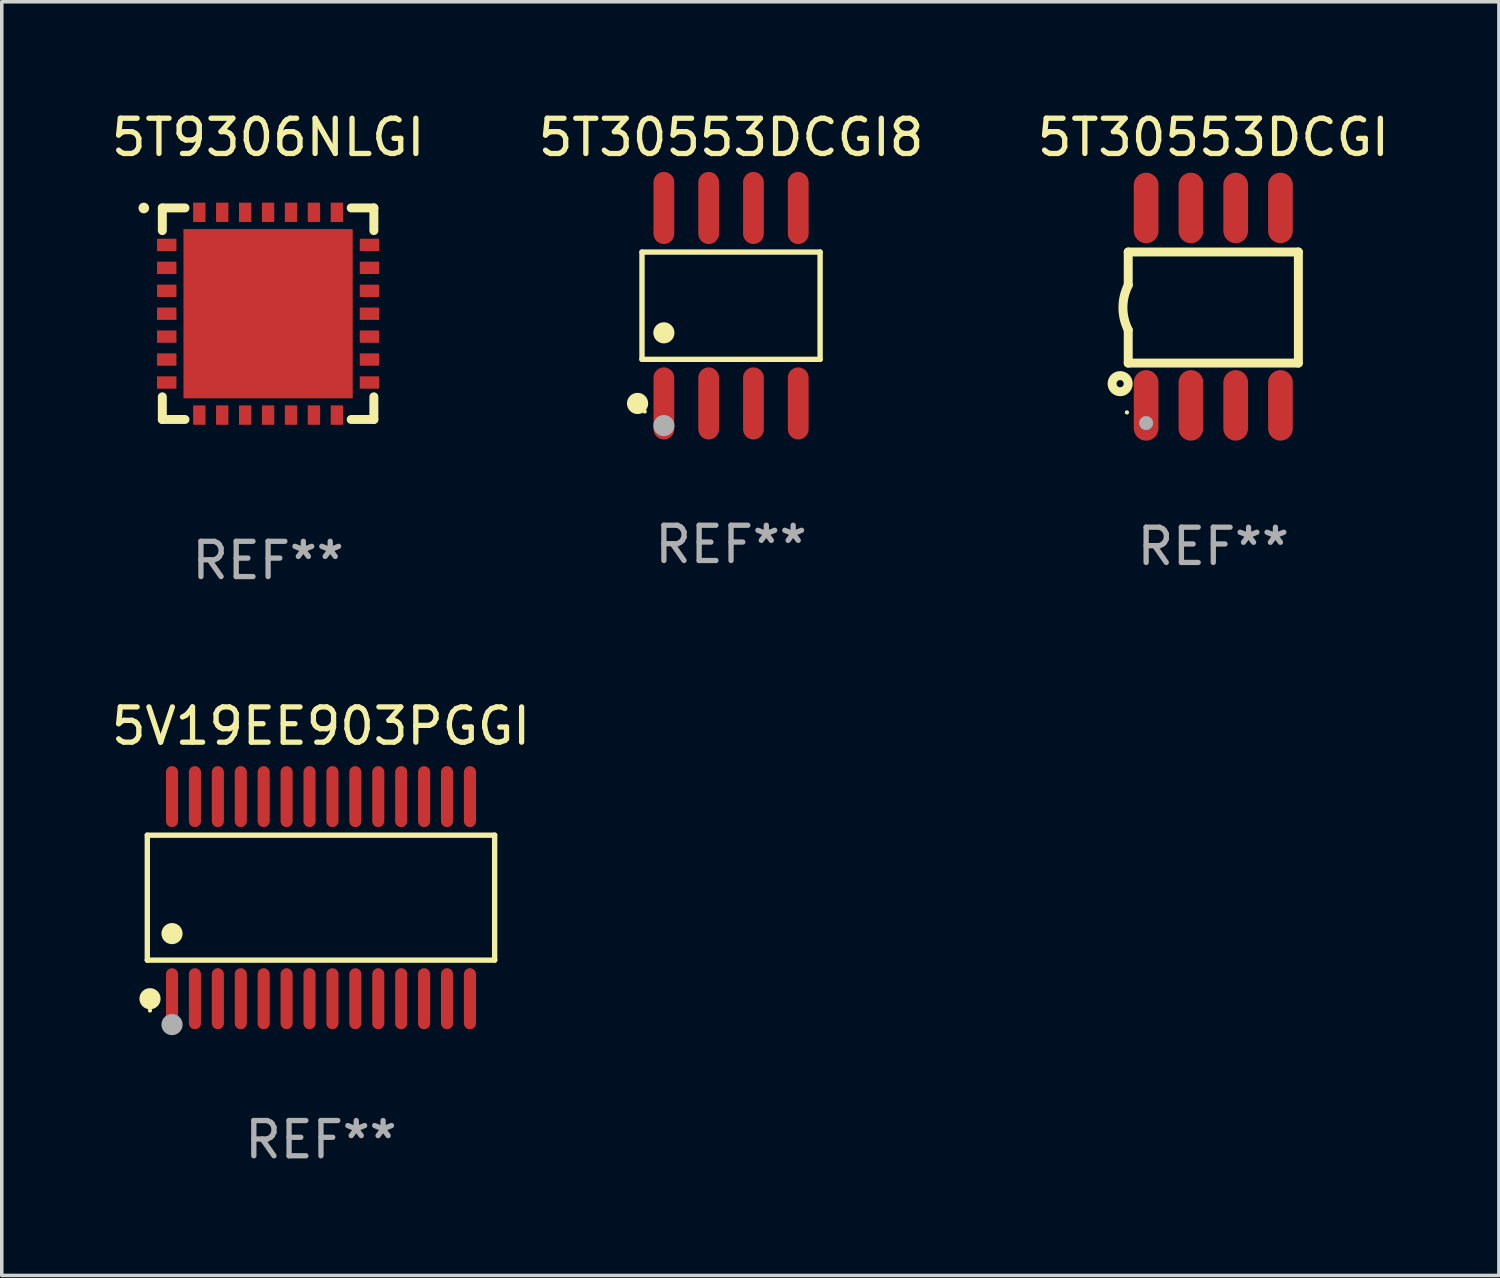
<source format=kicad_pcb>
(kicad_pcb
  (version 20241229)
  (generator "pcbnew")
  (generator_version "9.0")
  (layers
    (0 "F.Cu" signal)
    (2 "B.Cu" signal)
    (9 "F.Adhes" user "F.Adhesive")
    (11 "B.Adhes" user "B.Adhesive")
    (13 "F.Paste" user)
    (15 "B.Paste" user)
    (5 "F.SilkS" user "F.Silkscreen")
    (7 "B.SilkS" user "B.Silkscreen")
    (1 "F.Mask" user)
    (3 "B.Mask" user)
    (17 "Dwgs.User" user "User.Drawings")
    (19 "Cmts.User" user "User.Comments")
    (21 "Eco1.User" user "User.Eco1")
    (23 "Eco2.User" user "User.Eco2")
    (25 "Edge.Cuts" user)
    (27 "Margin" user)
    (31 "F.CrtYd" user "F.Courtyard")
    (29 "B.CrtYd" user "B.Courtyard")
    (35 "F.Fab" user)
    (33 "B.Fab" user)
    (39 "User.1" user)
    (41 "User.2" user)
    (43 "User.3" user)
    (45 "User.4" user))
  (footprint "5T30553DCGI8"
    (layer "F.Cu")
    (at 17.685 5.621)
    (property "Reference" "5T30553DCGI8" (at 0 -4.772 0) (layer "F.SilkS") (effects (font (size 1 1) (thickness 0.15))))
    (attr through_hole)
    (fp_line (start -2.526 -1.521) (end 2.526 -1.521) (stroke (width 0.152) (type solid)) (layer "F.SilkS"))
    (fp_line (start -2.526 1.521) (end -2.526 -1.521) (stroke (width 0.152) (type solid)) (layer "F.SilkS"))
    (fp_line (start 2.526 -1.521) (end 2.526 1.521) (stroke (width 0.152) (type solid)) (layer "F.SilkS"))
    (fp_line (start 2.526 1.521) (end -2.526 1.521) (stroke (width 0.152) (type solid)) (layer "F.SilkS"))
    (fp_circle (center -2.652 2.772) (end -2.501 2.772) (stroke (width 0.3) (type solid)) (fill no) (layer "F.SilkS"))
    (fp_circle (center -2.45 3) (end -2.42 3) (stroke (width 0.06) (type solid)) (fill no) (layer "F.SilkS"))
    (fp_circle (center -1.905 0.769) (end -1.755 0.769) (stroke (width 0.3) (type solid)) (fill no) (layer "F.SilkS"))
    (fp_circle (center -1.905 3.4) (end -1.755 3.4) (stroke (width 0.3) (type solid)) (fill no) (layer "F.Fab"))
    (fp_text user "REF**" (at 0 6.772 0) (layer "F.Fab") (effects (font (size 1 1) (thickness 0.15))))
    (pad "1" smd oval (at -1.905 2.772) (size 0.588 2.045) (layers "F.Cu" "F.Mask" "F.Paste"))
    (pad "2" smd oval (at -0.635 2.772) (size 0.588 2.045) (layers "F.Cu" "F.Mask" "F.Paste"))
    (pad "3" smd oval (at 0.635 2.772) (size 0.588 2.045) (layers "F.Cu" "F.Mask" "F.Paste"))
    (pad "4" smd oval (at 1.905 2.772) (size 0.588 2.045) (layers "F.Cu" "F.Mask" "F.Paste"))
    (pad "5" smd oval (at 1.905 -2.772) (size 0.588 2.045) (layers "F.Cu" "F.Mask" "F.Paste"))
    (pad "6" smd oval (at 0.635 -2.772) (size 0.588 2.045) (layers "F.Cu" "F.Mask" "F.Paste"))
    (pad "7" smd oval (at -0.635 -2.772) (size 0.588 2.045) (layers "F.Cu" "F.Mask" "F.Paste"))
    (pad "8" smd oval (at -1.905 -2.772) (size 0.588 2.045) (layers "F.Cu" "F.Mask" "F.Paste")))
  (footprint "5V19EE903PGGI"
    (layer "F.Cu")
    (at 6.054 22.411)
    (property "Reference" "5V19EE903PGGI" (at 0 -4.866 0) (layer "F.SilkS") (effects (font (size 1 1) (thickness 0.15))))
    (attr through_hole)
    (fp_line (start -4.926 -1.772) (end 4.926 -1.772) (stroke (width 0.152) (type solid)) (layer "F.SilkS"))
    (fp_line (start -4.926 1.771) (end -4.926 -1.772) (stroke (width 0.152) (type solid)) (layer "F.SilkS"))
    (fp_line (start 4.926 -1.772) (end 4.926 1.771) (stroke (width 0.152) (type solid)) (layer "F.SilkS"))
    (fp_line (start 4.926 1.771) (end -4.926 1.771) (stroke (width 0.152) (type solid)) (layer "F.SilkS"))
    (fp_circle (center -4.85 3.2) (end -4.82 3.2) (stroke (width 0.06) (type solid)) (fill no) (layer "F.SilkS"))
    (fp_circle (center -4.849 2.866) (end -4.699 2.866) (stroke (width 0.3) (type solid)) (fill no) (layer "F.SilkS"))
    (fp_circle (center -4.225 1.019) (end -4.075 1.019) (stroke (width 0.3) (type solid)) (fill no) (layer "F.SilkS"))
    (fp_circle (center -4.225 3.6) (end -4.075 3.6) (stroke (width 0.3) (type solid)) (fill no) (layer "F.Fab"))
    (fp_text user "REF**" (at 0 6.866 0) (layer "F.Fab") (effects (font (size 1 1) (thickness 0.15))))
    (pad "1" smd oval (at -4.225 2.866) (size 0.343 1.731) (layers "F.Cu" "F.Mask" "F.Paste"))
    (pad "2" smd oval (at -3.575 2.866) (size 0.343 1.731) (layers "F.Cu" "F.Mask" "F.Paste"))
    (pad "3" smd oval (at -2.925 2.866) (size 0.343 1.731) (layers "F.Cu" "F.Mask" "F.Paste"))
    (pad "4" smd oval (at -2.275 2.866) (size 0.343 1.731) (layers "F.Cu" "F.Mask" "F.Paste"))
    (pad "5" smd oval (at -1.625 2.866) (size 0.343 1.731) (layers "F.Cu" "F.Mask" "F.Paste"))
    (pad "6" smd oval (at -0.975 2.866) (size 0.343 1.731) (layers "F.Cu" "F.Mask" "F.Paste"))
    (pad "7" smd oval (at -0.325 2.866) (size 0.343 1.731) (layers "F.Cu" "F.Mask" "F.Paste"))
    (pad "8" smd oval (at 0.325 2.866) (size 0.343 1.731) (layers "F.Cu" "F.Mask" "F.Paste"))
    (pad "9" smd oval (at 0.975 2.866) (size 0.343 1.731) (layers "F.Cu" "F.Mask" "F.Paste"))
    (pad "10" smd oval (at 1.625 2.866) (size 0.343 1.731) (layers "F.Cu" "F.Mask" "F.Paste"))
    (pad "11" smd oval (at 2.275 2.866) (size 0.343 1.731) (layers "F.Cu" "F.Mask" "F.Paste"))
    (pad "12" smd oval (at 2.925 2.866) (size 0.343 1.731) (layers "F.Cu" "F.Mask" "F.Paste"))
    (pad "13" smd oval (at 3.575 2.866) (size 0.343 1.731) (layers "F.Cu" "F.Mask" "F.Paste"))
    (pad "14" smd oval (at 4.225 2.866) (size 0.343 1.731) (layers "F.Cu" "F.Mask" "F.Paste"))
    (pad "15" smd oval (at 4.225 -2.866) (size 0.343 1.731) (layers "F.Cu" "F.Mask" "F.Paste"))
    (pad "16" smd oval (at 3.575 -2.866) (size 0.343 1.731) (layers "F.Cu" "F.Mask" "F.Paste"))
    (pad "17" smd oval (at 2.925 -2.866) (size 0.343 1.731) (layers "F.Cu" "F.Mask" "F.Paste"))
    (pad "18" smd oval (at 2.275 -2.866) (size 0.343 1.731) (layers "F.Cu" "F.Mask" "F.Paste"))
    (pad "19" smd oval (at 1.625 -2.866) (size 0.343 1.731) (layers "F.Cu" "F.Mask" "F.Paste"))
    (pad "20" smd oval (at 0.975 -2.866) (size 0.343 1.731) (layers "F.Cu" "F.Mask" "F.Paste"))
    (pad "21" smd oval (at 0.325 -2.866) (size 0.343 1.731) (layers "F.Cu" "F.Mask" "F.Paste"))
    (pad "22" smd oval (at -0.325 -2.866) (size 0.343 1.731) (layers "F.Cu" "F.Mask" "F.Paste"))
    (pad "23" smd oval (at -0.975 -2.866) (size 0.343 1.731) (layers "F.Cu" "F.Mask" "F.Paste"))
    (pad "24" smd oval (at -1.625 -2.866) (size 0.343 1.731) (layers "F.Cu" "F.Mask" "F.Paste"))
    (pad "25" smd oval (at -2.275 -2.866) (size 0.343 1.731) (layers "F.Cu" "F.Mask" "F.Paste"))
    (pad "26" smd oval (at -2.925 -2.866) (size 0.343 1.731) (layers "F.Cu" "F.Mask" "F.Paste"))
    (pad "27" smd oval (at -3.575 -2.866) (size 0.343 1.731) (layers "F.Cu" "F.Mask" "F.Paste"))
    (pad "28" smd oval (at -4.225 -2.866) (size 0.343 1.731) (layers "F.Cu" "F.Mask" "F.Paste")))
  (footprint "5T9306NLGI"
    (layer "F.Cu")
    (at 4.554 5.848)
    (property "Reference" "5T9306NLGI" (at 0 -5 0) (layer "F.SilkS") (effects (font (size 1 1) (thickness 0.15))))
    (attr through_hole)
    (fp_line (start -3 -3) (end -2.357 -3) (stroke (width 0.254) (type solid)) (layer "F.SilkS"))
    (fp_line (start -3 -2.357) (end -3 -3) (stroke (width 0.254) (type solid)) (layer "F.SilkS"))
    (fp_line (start -3 3) (end -3 2.357) (stroke (width 0.254) (type solid)) (layer "F.SilkS"))
    (fp_line (start -2.357 3) (end -3 3) (stroke (width 0.254) (type solid)) (layer "F.SilkS"))
    (fp_line (start 2.357 -3) (end 3 -3) (stroke (width 0.254) (type solid)) (layer "F.SilkS"))
    (fp_line (start 3 -3) (end 3 -2.357) (stroke (width 0.254) (type solid)) (layer "F.SilkS"))
    (fp_line (start 3 2.357) (end 3 3) (stroke (width 0.254) (type solid)) (layer "F.SilkS"))
    (fp_line (start 3 3) (end 2.357 3) (stroke (width 0.254) (type solid)) (layer "F.SilkS"))
    (fp_arc (start -3.525476 -2.997257) (mid -3.525481 -2.998527) (end -3.525476 -2.999797) (stroke (width 0.3) (type solid)) (layer "F.SilkS"))
    (fp_text user "REF**" (at 0 7 0) (layer "F.Fab") (effects (font (size 1 1) (thickness 0.15))))
    (pad "1" smd rect (at -2.875 -1.951 90) (size 0.35 0.55) (layers "F.Cu" "F.Mask" "F.Paste"))
    (pad "2" smd rect (at -2.875 -1.301 90) (size 0.35 0.55) (layers "F.Cu" "F.Mask" "F.Paste"))
    (pad "3" smd rect (at -2.875 -0.65 90) (size 0.35 0.55) (layers "F.Cu" "F.Mask" "F.Paste"))
    (pad "4" smd rect (at -2.875 -0.000076 90) (size 0.35 0.55) (layers "F.Cu" "F.Mask" "F.Paste"))
    (pad "5" smd rect (at -2.875 0.65 90) (size 0.35 0.55) (layers "F.Cu" "F.Mask" "F.Paste"))
    (pad "6" smd rect (at -2.875 1.3 90) (size 0.35 0.55) (layers "F.Cu" "F.Mask" "F.Paste"))
    (pad "7" smd rect (at -2.875 1.951 90) (size 0.35 0.55) (layers "F.Cu" "F.Mask" "F.Paste"))
    (pad "8" smd rect (at -1.951 2.875) (size 0.35 0.55) (layers "F.Cu" "F.Mask" "F.Paste"))
    (pad "9" smd rect (at -1.301 2.875) (size 0.35 0.55) (layers "F.Cu" "F.Mask" "F.Paste"))
    (pad "10" smd rect (at -0.65 2.875) (size 0.35 0.55) (layers "F.Cu" "F.Mask" "F.Paste"))
    (pad "11" smd rect (at -0.000025 2.875) (size 0.35 0.55) (layers "F.Cu" "F.Mask" "F.Paste"))
    (pad "12" smd rect (at 0.65 2.875) (size 0.35 0.55) (layers "F.Cu" "F.Mask" "F.Paste"))
    (pad "13" smd rect (at 1.3 2.875) (size 0.35 0.55) (layers "F.Cu" "F.Mask" "F.Paste"))
    (pad "14" smd rect (at 1.951 2.875) (size 0.35 0.55) (layers "F.Cu" "F.Mask" "F.Paste"))
    (pad "15" smd rect (at 2.875 1.951 90) (size 0.35 0.55) (layers "F.Cu" "F.Mask" "F.Paste"))
    (pad "16" smd rect (at 2.875 1.3 90) (size 0.35 0.55) (layers "F.Cu" "F.Mask" "F.Paste"))
    (pad "17" smd rect (at 2.875 0.65 90) (size 0.35 0.55) (layers "F.Cu" "F.Mask" "F.Paste"))
    (pad "18" smd rect (at 2.875 -0.000076 90) (size 0.35 0.55) (layers "F.Cu" "F.Mask" "F.Paste"))
    (pad "19" smd rect (at 2.875 -0.65 90) (size 0.35 0.55) (layers "F.Cu" "F.Mask" "F.Paste"))
    (pad "20" smd rect (at 2.875 -1.301 90) (size 0.35 0.55) (layers "F.Cu" "F.Mask" "F.Paste"))
    (pad "21" smd rect (at 2.875 -1.951 90) (size 0.35 0.55) (layers "F.Cu" "F.Mask" "F.Paste"))
    (pad "22" smd rect (at 1.951 -2.875) (size 0.35 0.55) (layers "F.Cu" "F.Mask" "F.Paste"))
    (pad "23" smd rect (at 1.3 -2.875) (size 0.35 0.55) (layers "F.Cu" "F.Mask" "F.Paste"))
    (pad "24" smd rect (at 0.65 -2.875) (size 0.35 0.55) (layers "F.Cu" "F.Mask" "F.Paste"))
    (pad "25" smd rect (at -0.000025 -2.875) (size 0.35 0.55) (layers "F.Cu" "F.Mask" "F.Paste"))
    (pad "26" smd rect (at -0.65 -2.875) (size 0.35 0.55) (layers "F.Cu" "F.Mask" "F.Paste"))
    (pad "27" smd rect (at -1.301 -2.875) (size 0.35 0.55) (layers "F.Cu" "F.Mask" "F.Paste"))
    (pad "28" smd rect (at -1.951 -2.875) (size 0.35 0.55) (layers "F.Cu" "F.Mask" "F.Paste"))
    (pad "29" smd rect (at -0.000025 -0.000076) (size 4.8 4.8) (layers "F.Cu" "F.Mask" "F.Paste")))
  (footprint "5T30553DCGI"
    (layer "F.Cu")
    (at 31.363 5.648)
    (property "Reference" "5T30553DCGI" (at 0 -4.8 0) (layer "F.SilkS") (effects (font (size 1 1) (thickness 0.15))))
    (attr through_hole)
    (fp_line (start -2.413 -1.55) (end -2.413 -0.61) (stroke (width 0.254) (type solid)) (layer "F.SilkS"))
    (fp_line (start -2.413 0.66) (end -2.413 1.6) (stroke (width 0.254) (type solid)) (layer "F.SilkS"))
    (fp_line (start -2.413 1.6) (end 2.413 1.6) (stroke (width 0.254) (type solid)) (layer "F.SilkS"))
    (fp_line (start 2.413 -1.55) (end -2.413 -1.55) (stroke (width 0.254) (type solid)) (layer "F.SilkS"))
    (fp_line (start 2.413 1.6) (end 2.413 -1.55) (stroke (width 0.254) (type solid)) (layer "F.SilkS"))
    (fp_arc (start -2.413005 0.6603) (mid -2.562909 0.025298) (end -2.413005 -0.609703) (stroke (width 0.254001) (type solid)) (layer "F.SilkS"))
    (fp_circle (center -2.642 2.184) (end -2.54 2.184) (stroke (width 0.254) (type solid)) (fill no) (layer "F.SilkS"))
    (fp_circle (center -2.45 3) (end -2.42 3) (stroke (width 0.06) (type solid)) (fill no) (layer "F.SilkS"))
    (fp_circle (center -1.905 3.302) (end -1.805 3.302) (stroke (width 0.2) (type solid)) (fill no) (layer "F.Fab"))
    (fp_text user "REF**" (at 0 6.8 0) (layer "F.Fab") (effects (font (size 1 1) (thickness 0.15))))
    (pad "1" smd oval (at -1.905 2.8 180) (size 0.7 2) (layers "F.Cu" "F.Mask" "F.Paste"))
    (pad "2" smd oval (at -0.635 2.8 180) (size 0.7 2) (layers "F.Cu" "F.Mask" "F.Paste"))
    (pad "3" smd oval (at 0.635 2.8 180) (size 0.7 2) (layers "F.Cu" "F.Mask" "F.Paste"))
    (pad "4" smd oval (at 1.905 2.8 180) (size 0.7 2) (layers "F.Cu" "F.Mask" "F.Paste"))
    (pad "5" smd oval (at 1.905 -2.8 180) (size 0.7 2) (layers "F.Cu" "F.Mask" "F.Paste"))
    (pad "6" smd oval (at 0.635 -2.8 180) (size 0.7 2) (layers "F.Cu" "F.Mask" "F.Paste"))
    (pad "7" smd oval (at -0.635 -2.8 180) (size 0.7 2) (layers "F.Cu" "F.Mask" "F.Paste"))
    (pad "8" smd oval (at -1.905 -2.8 180) (size 0.7 2) (layers "F.Cu" "F.Mask" "F.Paste")))
  (gr_rect
    (start -3 -3)
    (end 39.464 33.125)
    (stroke (width 0.1) (type default))
    (fill no)
    (layer "Edge.Cuts")))
</source>
